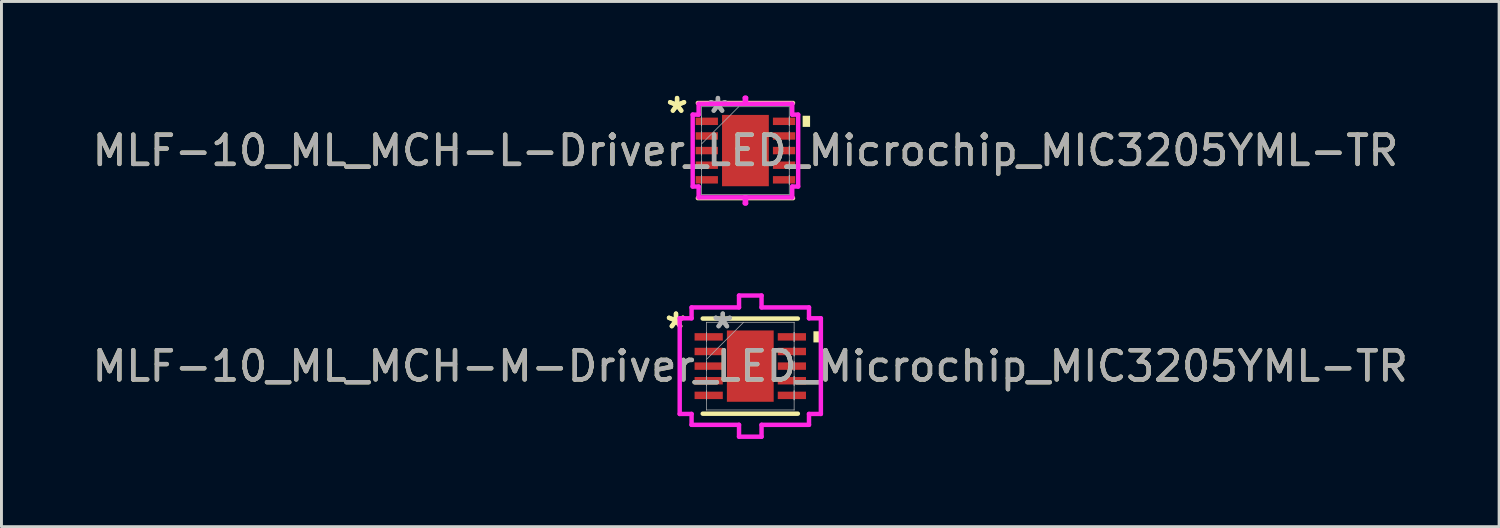
<source format=kicad_pcb>
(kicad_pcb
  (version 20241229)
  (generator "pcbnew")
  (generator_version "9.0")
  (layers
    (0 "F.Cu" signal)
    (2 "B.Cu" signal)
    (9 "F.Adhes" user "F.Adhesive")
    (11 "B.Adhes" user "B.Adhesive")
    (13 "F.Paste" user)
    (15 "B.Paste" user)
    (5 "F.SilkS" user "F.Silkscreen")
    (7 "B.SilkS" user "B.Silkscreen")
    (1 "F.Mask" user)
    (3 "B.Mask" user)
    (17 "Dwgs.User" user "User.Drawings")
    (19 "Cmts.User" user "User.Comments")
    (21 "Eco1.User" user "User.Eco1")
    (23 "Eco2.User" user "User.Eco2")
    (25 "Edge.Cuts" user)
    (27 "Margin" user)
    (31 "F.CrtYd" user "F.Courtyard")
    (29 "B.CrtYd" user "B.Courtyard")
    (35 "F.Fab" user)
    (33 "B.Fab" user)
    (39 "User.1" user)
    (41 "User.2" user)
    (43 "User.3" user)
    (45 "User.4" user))
  (footprint "MLF-10_ML_MCH-M-Driver_LED_Microchip_MIC3205YML-TR"
    (layer "F.Cu")
    (at 22.601 9.467)
    (property "Reference" "MLF-10_ML_MCH-M-Driver_LED_Microchip_MIC3205YML-TR" (at 0 0 0) (unlocked yes) (layer "F.SilkS") (effects (font (size 1 1) (thickness 0.15))))
    (attr smd)
    (fp_line (start -1.626 1.626) (end 1.626 1.626) (stroke (width 0.152) (type solid)) (layer "F.SilkS"))
    (fp_line (start 1.626 -1.626) (end -1.626 -1.626) (stroke (width 0.152) (type solid)) (layer "F.SilkS"))
    (fp_poly (pts (xy 2.413 -1.191) (xy 2.413 -0.81) (xy 2.159 -0.81) (xy 2.159 -1.191)) (stroke (width 0) (type solid)) (fill yes) (layer "F.SilkS"))
    (fp_line (start -2.413 -1.635) (end -2.007 -1.635) (stroke (width 0.152) (type solid)) (layer "F.CrtYd"))
    (fp_line (start -2.413 1.635) (end -2.413 -1.635) (stroke (width 0.152) (type solid)) (layer "F.CrtYd"))
    (fp_line (start -2.007 -2.007) (end -0.385 -2.007) (stroke (width 0.152) (type solid)) (layer "F.CrtYd"))
    (fp_line (start -2.007 -1.635) (end -2.007 -2.007) (stroke (width 0.152) (type solid)) (layer "F.CrtYd"))
    (fp_line (start -2.007 1.635) (end -2.413 1.635) (stroke (width 0.152) (type solid)) (layer "F.CrtYd"))
    (fp_line (start -2.007 2.007) (end -2.007 1.635) (stroke (width 0.152) (type solid)) (layer "F.CrtYd"))
    (fp_line (start -0.385 -2.413) (end 0.385 -2.413) (stroke (width 0.152) (type solid)) (layer "F.CrtYd"))
    (fp_line (start -0.385 -2.007) (end -0.385 -2.413) (stroke (width 0.152) (type solid)) (layer "F.CrtYd"))
    (fp_line (start -0.385 2.007) (end -2.007 2.007) (stroke (width 0.152) (type solid)) (layer "F.CrtYd"))
    (fp_line (start -0.385 2.413) (end -0.385 2.007) (stroke (width 0.152) (type solid)) (layer "F.CrtYd"))
    (fp_line (start 0.385 -2.413) (end 0.385 -2.007) (stroke (width 0.152) (type solid)) (layer "F.CrtYd"))
    (fp_line (start 0.385 -2.007) (end 2.007 -2.007) (stroke (width 0.152) (type solid)) (layer "F.CrtYd"))
    (fp_line (start 0.385 2.007) (end 0.385 2.413) (stroke (width 0.152) (type solid)) (layer "F.CrtYd"))
    (fp_line (start 0.385 2.413) (end -0.385 2.413) (stroke (width 0.152) (type solid)) (layer "F.CrtYd"))
    (fp_line (start 2.007 -2.007) (end 2.007 -1.635) (stroke (width 0.152) (type solid)) (layer "F.CrtYd"))
    (fp_line (start 2.007 -1.635) (end 2.413 -1.635) (stroke (width 0.152) (type solid)) (layer "F.CrtYd"))
    (fp_line (start 2.007 1.635) (end 2.007 2.007) (stroke (width 0.152) (type solid)) (layer "F.CrtYd"))
    (fp_line (start 2.007 2.007) (end 0.385 2.007) (stroke (width 0.152) (type solid)) (layer "F.CrtYd"))
    (fp_line (start 2.413 -1.635) (end 2.413 1.635) (stroke (width 0.152) (type solid)) (layer "F.CrtYd"))
    (fp_line (start 2.413 1.635) (end 2.007 1.635) (stroke (width 0.152) (type solid)) (layer "F.CrtYd"))
    (fp_line (start -1.499 -1.499) (end -1.499 -1.499) (stroke (width 0.025) (type solid)) (layer "F.Fab"))
    (fp_line (start -1.499 -1.499) (end -1.499 1.499) (stroke (width 0.025) (type solid)) (layer "F.Fab"))
    (fp_line (start -1.499 -1.152) (end -1.499 -1.152) (stroke (width 0.025) (type solid)) (layer "F.Fab"))
    (fp_line (start -1.499 -1.152) (end -1.499 -0.848) (stroke (width 0.025) (type solid)) (layer "F.Fab"))
    (fp_line (start -1.499 -0.848) (end -1.499 -1.152) (stroke (width 0.025) (type solid)) (layer "F.Fab"))
    (fp_line (start -1.499 -0.848) (end -1.499 -0.848) (stroke (width 0.025) (type solid)) (layer "F.Fab"))
    (fp_line (start -1.499 -0.652) (end -1.499 -0.652) (stroke (width 0.025) (type solid)) (layer "F.Fab"))
    (fp_line (start -1.499 -0.652) (end -1.499 -0.348) (stroke (width 0.025) (type solid)) (layer "F.Fab"))
    (fp_line (start -1.499 -0.348) (end -1.499 -0.652) (stroke (width 0.025) (type solid)) (layer "F.Fab"))
    (fp_line (start -1.499 -0.348) (end -1.499 -0.348) (stroke (width 0.025) (type solid)) (layer "F.Fab"))
    (fp_line (start -1.499 -0.229) (end -0.229 -1.499) (stroke (width 0.025) (type solid)) (layer "F.Fab"))
    (fp_line (start -1.499 -0.152) (end -1.499 -0.152) (stroke (width 0.025) (type solid)) (layer "F.Fab"))
    (fp_line (start -1.499 -0.152) (end -1.499 0.152) (stroke (width 0.025) (type solid)) (layer "F.Fab"))
    (fp_line (start -1.499 0.152) (end -1.499 -0.152) (stroke (width 0.025) (type solid)) (layer "F.Fab"))
    (fp_line (start -1.499 0.152) (end -1.499 0.152) (stroke (width 0.025) (type solid)) (layer "F.Fab"))
    (fp_line (start -1.499 0.348) (end -1.499 0.348) (stroke (width 0.025) (type solid)) (layer "F.Fab"))
    (fp_line (start -1.499 0.348) (end -1.499 0.652) (stroke (width 0.025) (type solid)) (layer "F.Fab"))
    (fp_line (start -1.499 0.652) (end -1.499 0.348) (stroke (width 0.025) (type solid)) (layer "F.Fab"))
    (fp_line (start -1.499 0.652) (end -1.499 0.652) (stroke (width 0.025) (type solid)) (layer "F.Fab"))
    (fp_line (start -1.499 0.848) (end -1.499 0.848) (stroke (width 0.025) (type solid)) (layer "F.Fab"))
    (fp_line (start -1.499 0.848) (end -1.499 1.152) (stroke (width 0.025) (type solid)) (layer "F.Fab"))
    (fp_line (start -1.499 1.152) (end -1.499 0.848) (stroke (width 0.025) (type solid)) (layer "F.Fab"))
    (fp_line (start -1.499 1.152) (end -1.499 1.152) (stroke (width 0.025) (type solid)) (layer "F.Fab"))
    (fp_line (start -1.499 1.499) (end -1.499 1.499) (stroke (width 0.025) (type solid)) (layer "F.Fab"))
    (fp_line (start -1.499 1.499) (end 1.499 1.499) (stroke (width 0.025) (type solid)) (layer "F.Fab"))
    (fp_line (start 1.499 -1.499) (end -1.499 -1.499) (stroke (width 0.025) (type solid)) (layer "F.Fab"))
    (fp_line (start 1.499 -1.499) (end 1.499 -1.499) (stroke (width 0.025) (type solid)) (layer "F.Fab"))
    (fp_line (start 1.499 -1.152) (end 1.499 -1.152) (stroke (width 0.025) (type solid)) (layer "F.Fab"))
    (fp_line (start 1.499 -1.152) (end 1.499 -0.848) (stroke (width 0.025) (type solid)) (layer "F.Fab"))
    (fp_line (start 1.499 -0.848) (end 1.499 -1.152) (stroke (width 0.025) (type solid)) (layer "F.Fab"))
    (fp_line (start 1.499 -0.848) (end 1.499 -0.848) (stroke (width 0.025) (type solid)) (layer "F.Fab"))
    (fp_line (start 1.499 -0.652) (end 1.499 -0.652) (stroke (width 0.025) (type solid)) (layer "F.Fab"))
    (fp_line (start 1.499 -0.652) (end 1.499 -0.348) (stroke (width 0.025) (type solid)) (layer "F.Fab"))
    (fp_line (start 1.499 -0.348) (end 1.499 -0.652) (stroke (width 0.025) (type solid)) (layer "F.Fab"))
    (fp_line (start 1.499 -0.348) (end 1.499 -0.348) (stroke (width 0.025) (type solid)) (layer "F.Fab"))
    (fp_line (start 1.499 -0.152) (end 1.499 -0.152) (stroke (width 0.025) (type solid)) (layer "F.Fab"))
    (fp_line (start 1.499 -0.152) (end 1.499 0.152) (stroke (width 0.025) (type solid)) (layer "F.Fab"))
    (fp_line (start 1.499 0.152) (end 1.499 -0.152) (stroke (width 0.025) (type solid)) (layer "F.Fab"))
    (fp_line (start 1.499 0.152) (end 1.499 0.152) (stroke (width 0.025) (type solid)) (layer "F.Fab"))
    (fp_line (start 1.499 0.348) (end 1.499 0.348) (stroke (width 0.025) (type solid)) (layer "F.Fab"))
    (fp_line (start 1.499 0.348) (end 1.499 0.652) (stroke (width 0.025) (type solid)) (layer "F.Fab"))
    (fp_line (start 1.499 0.652) (end 1.499 0.348) (stroke (width 0.025) (type solid)) (layer "F.Fab"))
    (fp_line (start 1.499 0.652) (end 1.499 0.652) (stroke (width 0.025) (type solid)) (layer "F.Fab"))
    (fp_line (start 1.499 0.848) (end 1.499 0.848) (stroke (width 0.025) (type solid)) (layer "F.Fab"))
    (fp_line (start 1.499 0.848) (end 1.499 1.152) (stroke (width 0.025) (type solid)) (layer "F.Fab"))
    (fp_line (start 1.499 1.152) (end 1.499 0.848) (stroke (width 0.025) (type solid)) (layer "F.Fab"))
    (fp_line (start 1.499 1.152) (end 1.499 1.152) (stroke (width 0.025) (type solid)) (layer "F.Fab"))
    (fp_line (start 1.499 1.499) (end 1.499 -1.499) (stroke (width 0.025) (type solid)) (layer "F.Fab"))
    (fp_line (start 1.499 1.499) (end 1.499 1.499) (stroke (width 0.025) (type solid)) (layer "F.Fab"))
    (fp_text user "*" (at -2.54 -1.25 0) (unlocked yes) (layer "F.SilkS") (effects (font (size 1 1) (thickness 0.15))))
    (fp_text user "*" (at -2.54 -1.25 0) (layer "F.SilkS") (effects (font (size 1 1) (thickness 0.15))))
    (fp_text user "*" (at -0.94 -1.25 0) (unlocked yes) (layer "F.Fab") (effects (font (size 1 1) (thickness 0.15))))
    (fp_text user "*" (at -0.94 -1.25 0) (layer "F.Fab") (effects (font (size 1 1) (thickness 0.15))))
    (fp_text user "${REFERENCE}" (at 0 0 0) (unlocked yes) (layer "F.Fab") (effects (font (size 1 1) (thickness 0.15))))
    (pad "1" smd rect (at -1.422 -1 90) (size 0.254 0.965) (layers "F.Cu" "F.Mask" "F.Paste"))
    (pad "2" smd rect (at -1.422 -0.5 90) (size 0.254 0.965) (layers "F.Cu" "F.Mask" "F.Paste"))
    (pad "3" smd rect (at -1.422 0 90) (size 0.254 0.965) (layers "F.Cu" "F.Mask" "F.Paste"))
    (pad "4" smd rect (at -1.422 0.5 90) (size 0.254 0.965) (layers "F.Cu" "F.Mask" "F.Paste"))
    (pad "5" smd rect (at -1.422 1 90) (size 0.254 0.965) (layers "F.Cu" "F.Mask" "F.Paste"))
    (pad "6" smd rect (at 1.422 1 90) (size 0.254 0.965) (layers "F.Cu" "F.Mask" "F.Paste"))
    (pad "7" smd rect (at 1.422 0.5 90) (size 0.254 0.965) (layers "F.Cu" "F.Mask" "F.Paste"))
    (pad "8" smd rect (at 1.422 0 90) (size 0.254 0.965) (layers "F.Cu" "F.Mask" "F.Paste"))
    (pad "9" smd rect (at 1.422 -0.5 90) (size 0.254 0.965) (layers "F.Cu" "F.Mask" "F.Paste"))
    (pad "10" smd rect (at 1.422 -1 90) (size 0.254 0.965) (layers "F.Cu" "F.Mask" "F.Paste"))
    (pad "11" smd rect (at 0 0) (size 1.6 2.438) (layers "F.Cu" "F.Mask" "F.Paste")))
  (footprint "MLF-10_ML_MCH-L-Driver_LED_Microchip_MIC3205YML-TR"
    (layer "F.Cu")
    (at 22.435 2.098)
    (property "Reference" "MLF-10_ML_MCH-L-Driver_LED_Microchip_MIC3205YML-TR" (at 0 0 0) (unlocked yes) (layer "F.SilkS") (effects (font (size 1 1) (thickness 0.15))))
    (attr smd)
    (fp_line (start -1.626 1.626) (end 1.626 1.626) (stroke (width 0.152) (type solid)) (layer "F.SilkS"))
    (fp_line (start 1.626 -1.626) (end -1.626 -1.626) (stroke (width 0.152) (type solid)) (layer "F.SilkS"))
    (fp_poly (pts (xy 2.21 -1.191) (xy 2.21 -0.81) (xy 1.956 -0.81) (xy 1.956 -1.191)) (stroke (width 0) (type solid)) (fill yes) (layer "F.SilkS"))
    (fp_line (start -1.803 -1.229) (end -1.6 -1.229) (stroke (width 0.152) (type solid)) (layer "F.CrtYd"))
    (fp_line (start -1.803 1.229) (end -1.803 -1.229) (stroke (width 0.152) (type solid)) (layer "F.CrtYd"))
    (fp_line (start -1.6 -1.6) (end 0.021 -1.6) (stroke (width 0.152) (type solid)) (layer "F.CrtYd"))
    (fp_line (start -1.6 -1.229) (end -1.6 -1.6) (stroke (width 0.152) (type solid)) (layer "F.CrtYd"))
    (fp_line (start -1.6 1.229) (end -1.803 1.229) (stroke (width 0.152) (type solid)) (layer "F.CrtYd"))
    (fp_line (start -1.6 1.6) (end -1.6 1.229) (stroke (width 0.152) (type solid)) (layer "F.CrtYd"))
    (fp_line (start -0.021 -1.803) (end -0.021 -1.6) (stroke (width 0.152) (type solid)) (layer "F.CrtYd"))
    (fp_line (start -0.021 -1.6) (end 1.6 -1.6) (stroke (width 0.152) (type solid)) (layer "F.CrtYd"))
    (fp_line (start -0.021 1.6) (end -0.021 1.803) (stroke (width 0.152) (type solid)) (layer "F.CrtYd"))
    (fp_line (start -0.021 1.803) (end 0.021 1.803) (stroke (width 0.152) (type solid)) (layer "F.CrtYd"))
    (fp_line (start 0.021 -1.803) (end -0.021 -1.803) (stroke (width 0.152) (type solid)) (layer "F.CrtYd"))
    (fp_line (start 0.021 -1.6) (end 0.021 -1.803) (stroke (width 0.152) (type solid)) (layer "F.CrtYd"))
    (fp_line (start 0.021 1.6) (end -1.6 1.6) (stroke (width 0.152) (type solid)) (layer "F.CrtYd"))
    (fp_line (start 0.021 1.803) (end 0.021 1.6) (stroke (width 0.152) (type solid)) (layer "F.CrtYd"))
    (fp_line (start 1.6 -1.6) (end 1.6 -1.229) (stroke (width 0.152) (type solid)) (layer "F.CrtYd"))
    (fp_line (start 1.6 -1.229) (end 1.803 -1.229) (stroke (width 0.152) (type solid)) (layer "F.CrtYd"))
    (fp_line (start 1.6 1.229) (end 1.6 1.6) (stroke (width 0.152) (type solid)) (layer "F.CrtYd"))
    (fp_line (start 1.6 1.6) (end -0.021 1.6) (stroke (width 0.152) (type solid)) (layer "F.CrtYd"))
    (fp_line (start 1.803 -1.229) (end 1.803 1.229) (stroke (width 0.152) (type solid)) (layer "F.CrtYd"))
    (fp_line (start 1.803 1.229) (end 1.6 1.229) (stroke (width 0.152) (type solid)) (layer "F.CrtYd"))
    (fp_line (start -1.499 -1.499) (end -1.499 -1.499) (stroke (width 0.025) (type solid)) (layer "F.Fab"))
    (fp_line (start -1.499 -1.499) (end -1.499 1.499) (stroke (width 0.025) (type solid)) (layer "F.Fab"))
    (fp_line (start -1.499 -1.152) (end -1.499 -1.152) (stroke (width 0.025) (type solid)) (layer "F.Fab"))
    (fp_line (start -1.499 -1.152) (end -1.499 -0.848) (stroke (width 0.025) (type solid)) (layer "F.Fab"))
    (fp_line (start -1.499 -0.848) (end -1.499 -1.152) (stroke (width 0.025) (type solid)) (layer "F.Fab"))
    (fp_line (start -1.499 -0.848) (end -1.499 -0.848) (stroke (width 0.025) (type solid)) (layer "F.Fab"))
    (fp_line (start -1.499 -0.652) (end -1.499 -0.652) (stroke (width 0.025) (type solid)) (layer "F.Fab"))
    (fp_line (start -1.499 -0.652) (end -1.499 -0.348) (stroke (width 0.025) (type solid)) (layer "F.Fab"))
    (fp_line (start -1.499 -0.348) (end -1.499 -0.652) (stroke (width 0.025) (type solid)) (layer "F.Fab"))
    (fp_line (start -1.499 -0.348) (end -1.499 -0.348) (stroke (width 0.025) (type solid)) (layer "F.Fab"))
    (fp_line (start -1.499 -0.229) (end -0.229 -1.499) (stroke (width 0.025) (type solid)) (layer "F.Fab"))
    (fp_line (start -1.499 -0.152) (end -1.499 -0.152) (stroke (width 0.025) (type solid)) (layer "F.Fab"))
    (fp_line (start -1.499 -0.152) (end -1.499 0.152) (stroke (width 0.025) (type solid)) (layer "F.Fab"))
    (fp_line (start -1.499 0.152) (end -1.499 -0.152) (stroke (width 0.025) (type solid)) (layer "F.Fab"))
    (fp_line (start -1.499 0.152) (end -1.499 0.152) (stroke (width 0.025) (type solid)) (layer "F.Fab"))
    (fp_line (start -1.499 0.348) (end -1.499 0.348) (stroke (width 0.025) (type solid)) (layer "F.Fab"))
    (fp_line (start -1.499 0.348) (end -1.499 0.652) (stroke (width 0.025) (type solid)) (layer "F.Fab"))
    (fp_line (start -1.499 0.652) (end -1.499 0.348) (stroke (width 0.025) (type solid)) (layer "F.Fab"))
    (fp_line (start -1.499 0.652) (end -1.499 0.652) (stroke (width 0.025) (type solid)) (layer "F.Fab"))
    (fp_line (start -1.499 0.848) (end -1.499 0.848) (stroke (width 0.025) (type solid)) (layer "F.Fab"))
    (fp_line (start -1.499 0.848) (end -1.499 1.152) (stroke (width 0.025) (type solid)) (layer "F.Fab"))
    (fp_line (start -1.499 1.152) (end -1.499 0.848) (stroke (width 0.025) (type solid)) (layer "F.Fab"))
    (fp_line (start -1.499 1.152) (end -1.499 1.152) (stroke (width 0.025) (type solid)) (layer "F.Fab"))
    (fp_line (start -1.499 1.499) (end -1.499 1.499) (stroke (width 0.025) (type solid)) (layer "F.Fab"))
    (fp_line (start -1.499 1.499) (end 1.499 1.499) (stroke (width 0.025) (type solid)) (layer "F.Fab"))
    (fp_line (start 1.499 -1.499) (end -1.499 -1.499) (stroke (width 0.025) (type solid)) (layer "F.Fab"))
    (fp_line (start 1.499 -1.499) (end 1.499 -1.499) (stroke (width 0.025) (type solid)) (layer "F.Fab"))
    (fp_line (start 1.499 -1.152) (end 1.499 -1.152) (stroke (width 0.025) (type solid)) (layer "F.Fab"))
    (fp_line (start 1.499 -1.152) (end 1.499 -0.848) (stroke (width 0.025) (type solid)) (layer "F.Fab"))
    (fp_line (start 1.499 -0.848) (end 1.499 -1.152) (stroke (width 0.025) (type solid)) (layer "F.Fab"))
    (fp_line (start 1.499 -0.848) (end 1.499 -0.848) (stroke (width 0.025) (type solid)) (layer "F.Fab"))
    (fp_line (start 1.499 -0.652) (end 1.499 -0.652) (stroke (width 0.025) (type solid)) (layer "F.Fab"))
    (fp_line (start 1.499 -0.652) (end 1.499 -0.348) (stroke (width 0.025) (type solid)) (layer "F.Fab"))
    (fp_line (start 1.499 -0.348) (end 1.499 -0.652) (stroke (width 0.025) (type solid)) (layer "F.Fab"))
    (fp_line (start 1.499 -0.348) (end 1.499 -0.348) (stroke (width 0.025) (type solid)) (layer "F.Fab"))
    (fp_line (start 1.499 -0.152) (end 1.499 -0.152) (stroke (width 0.025) (type solid)) (layer "F.Fab"))
    (fp_line (start 1.499 -0.152) (end 1.499 0.152) (stroke (width 0.025) (type solid)) (layer "F.Fab"))
    (fp_line (start 1.499 0.152) (end 1.499 -0.152) (stroke (width 0.025) (type solid)) (layer "F.Fab"))
    (fp_line (start 1.499 0.152) (end 1.499 0.152) (stroke (width 0.025) (type solid)) (layer "F.Fab"))
    (fp_line (start 1.499 0.348) (end 1.499 0.348) (stroke (width 0.025) (type solid)) (layer "F.Fab"))
    (fp_line (start 1.499 0.348) (end 1.499 0.652) (stroke (width 0.025) (type solid)) (layer "F.Fab"))
    (fp_line (start 1.499 0.652) (end 1.499 0.348) (stroke (width 0.025) (type solid)) (layer "F.Fab"))
    (fp_line (start 1.499 0.652) (end 1.499 0.652) (stroke (width 0.025) (type solid)) (layer "F.Fab"))
    (fp_line (start 1.499 0.848) (end 1.499 0.848) (stroke (width 0.025) (type solid)) (layer "F.Fab"))
    (fp_line (start 1.499 0.848) (end 1.499 1.152) (stroke (width 0.025) (type solid)) (layer "F.Fab"))
    (fp_line (start 1.499 1.152) (end 1.499 0.848) (stroke (width 0.025) (type solid)) (layer "F.Fab"))
    (fp_line (start 1.499 1.152) (end 1.499 1.152) (stroke (width 0.025) (type solid)) (layer "F.Fab"))
    (fp_line (start 1.499 1.499) (end 1.499 -1.499) (stroke (width 0.025) (type solid)) (layer "F.Fab"))
    (fp_line (start 1.499 1.499) (end 1.499 1.499) (stroke (width 0.025) (type solid)) (layer "F.Fab"))
    (fp_text user "*" (at -2.337 -1.25 0) (unlocked yes) (layer "F.SilkS") (effects (font (size 1 1) (thickness 0.15))))
    (fp_text user "*" (at -2.337 -1.25 0) (layer "F.SilkS") (effects (font (size 1 1) (thickness 0.15))))
    (fp_text user "*" (at -0.94 -1.25 0) (layer "F.Fab") (effects (font (size 1 1) (thickness 0.15))))
    (fp_text user "*" (at -0.94 -1.25 0) (unlocked yes) (layer "F.Fab") (effects (font (size 1 1) (thickness 0.15))))
    (fp_text user "${REFERENCE}" (at 0 0 0) (unlocked yes) (layer "F.Fab") (effects (font (size 1 1) (thickness 0.15))))
    (pad "1" smd rect (at -1.321 -1 90) (size 0.254 0.762) (layers "F.Cu" "F.Mask" "F.Paste"))
    (pad "2" smd rect (at -1.321 -0.5 90) (size 0.254 0.762) (layers "F.Cu" "F.Mask" "F.Paste"))
    (pad "3" smd rect (at -1.321 0 90) (size 0.254 0.762) (layers "F.Cu" "F.Mask" "F.Paste"))
    (pad "4" smd rect (at -1.321 0.5 90) (size 0.254 0.762) (layers "F.Cu" "F.Mask" "F.Paste"))
    (pad "5" smd rect (at -1.321 1 90) (size 0.254 0.762) (layers "F.Cu" "F.Mask" "F.Paste"))
    (pad "6" smd rect (at 1.321 1 90) (size 0.254 0.762) (layers "F.Cu" "F.Mask" "F.Paste"))
    (pad "7" smd rect (at 1.321 0.5 90) (size 0.254 0.762) (layers "F.Cu" "F.Mask" "F.Paste"))
    (pad "8" smd rect (at 1.321 0 90) (size 0.254 0.762) (layers "F.Cu" "F.Mask" "F.Paste"))
    (pad "9" smd rect (at 1.321 -0.5 90) (size 0.254 0.762) (layers "F.Cu" "F.Mask" "F.Paste"))
    (pad "10" smd rect (at 1.321 -1 90) (size 0.254 0.762) (layers "F.Cu" "F.Mask" "F.Paste"))
    (pad "11" smd rect (at 0 0) (size 1.6 2.438) (layers "F.Cu" "F.Mask" "F.Paste")))
  (gr_rect
    (start -3 -3)
    (end 48.202 14.956)
    (stroke (width 0.1) (type default))
    (fill no)
    (layer "Edge.Cuts")))
</source>
